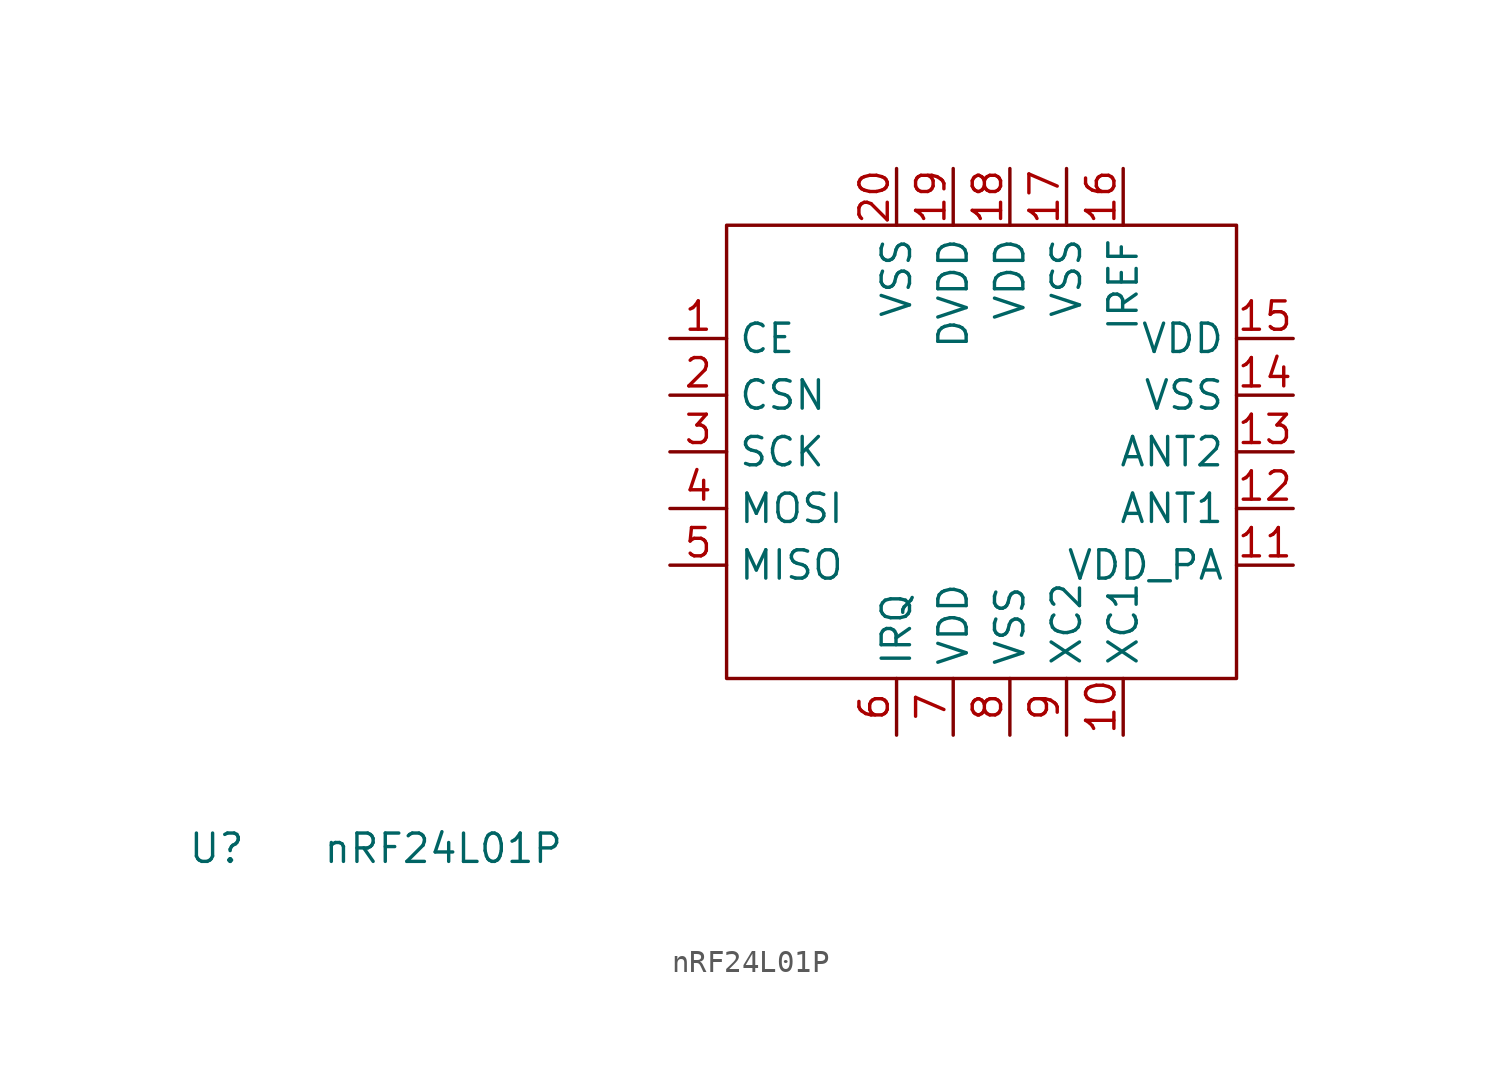
<source format=kicad_sym>
(kicad_symbol_lib
  (version 20220914)
  (generator kicad_symbol_editor)
  (symbol "nRF24L01P"
    (property "Reference" "U"
      (at -22.86 -7.62 0)
      (effects (font (size 1.27 1.27))))
    (property "Value" "nRF24L01P"
      (at -12.7 -7.62 0)
      (effects (font (size 1.27 1.27))))
    (symbol "nRF24L01P_0_1"
      (rectangle (start 0 20.32) (end 22.86 0) (stroke (width 0) (type default)) (fill (type none))))
    (symbol "nRF24L01P_1_1"
      (pin bidirectional line (at -2.54 15.24 0) (length 2.54) (name "CE" (effects (font (size 1.27 1.27)))) (number "1" (effects (font (size 1.27 1.27)))))
      (pin bidirectional line (at 17.78 -2.54 90) (length 2.54) (name "XC1" (effects (font (size 1.27 1.27)))) (number "10" (effects (font (size 1.27 1.27)))))
      (pin bidirectional line (at 25.4 5.08 180) (length 2.54) (name "VDD_PA" (effects (font (size 1.27 1.27)))) (number "11" (effects (font (size 1.27 1.27)))))
      (pin bidirectional line (at 25.4 7.62 180) (length 2.54) (name "ANT1" (effects (font (size 1.27 1.27)))) (number "12" (effects (font (size 1.27 1.27)))))
      (pin bidirectional line (at 25.4 10.16 180) (length 2.54) (name "ANT2" (effects (font (size 1.27 1.27)))) (number "13" (effects (font (size 1.27 1.27)))))
      (pin bidirectional line (at 25.4 12.7 180) (length 2.54) (name "VSS" (effects (font (size 1.27 1.27)))) (number "14" (effects (font (size 1.27 1.27)))))
      (pin bidirectional line (at 25.4 15.24 180) (length 2.54) (name "VDD" (effects (font (size 1.27 1.27)))) (number "15" (effects (font (size 1.27 1.27)))))
      (pin bidirectional line (at 17.78 22.86 270) (length 2.54) (name "IREF" (effects (font (size 1.27 1.27)))) (number "16" (effects (font (size 1.27 1.27)))))
      (pin bidirectional line (at 15.24 22.86 270) (length 2.54) (name "VSS" (effects (font (size 1.27 1.27)))) (number "17" (effects (font (size 1.27 1.27)))))
      (pin bidirectional line (at 12.7 22.86 270) (length 2.54) (name "VDD" (effects (font (size 1.27 1.27)))) (number "18" (effects (font (size 1.27 1.27)))))
      (pin bidirectional line (at 10.16 22.86 270) (length 2.54) (name "DVDD" (effects (font (size 1.27 1.27)))) (number "19" (effects (font (size 1.27 1.27)))))
      (pin bidirectional line (at -2.54 12.7 0) (length 2.54) (name "CSN" (effects (font (size 1.27 1.27)))) (number "2" (effects (font (size 1.27 1.27)))))
      (pin bidirectional line (at 7.62 22.86 270) (length 2.54) (name "VSS" (effects (font (size 1.27 1.27)))) (number "20" (effects (font (size 1.27 1.27)))))
      (pin bidirectional line (at -2.54 10.16 0) (length 2.54) (name "SCK" (effects (font (size 1.27 1.27)))) (number "3" (effects (font (size 1.27 1.27)))))
      (pin bidirectional line (at -2.54 7.62 0) (length 2.54) (name "MOSI" (effects (font (size 1.27 1.27)))) (number "4" (effects (font (size 1.27 1.27)))))
      (pin bidirectional line (at -2.54 5.08 0) (length 2.54) (name "MISO" (effects (font (size 1.27 1.27)))) (number "5" (effects (font (size 1.27 1.27)))))
      (pin bidirectional line (at 7.62 -2.54 90) (length 2.54) (name "IRQ" (effects (font (size 1.27 1.27)))) (number "6" (effects (font (size 1.27 1.27)))))
      (pin bidirectional line (at 10.16 -2.54 90) (length 2.54) (name "VDD" (effects (font (size 1.27 1.27)))) (number "7" (effects (font (size 1.27 1.27)))))
      (pin bidirectional line (at 12.7 -2.54 90) (length 2.54) (name "VSS" (effects (font (size 1.27 1.27)))) (number "8" (effects (font (size 1.27 1.27)))))
      (pin bidirectional line (at 15.24 -2.54 90) (length 2.54) (name "XC2" (effects (font (size 1.27 1.27)))) (number "9" (effects (font (size 1.27 1.27))))))))
</source>
